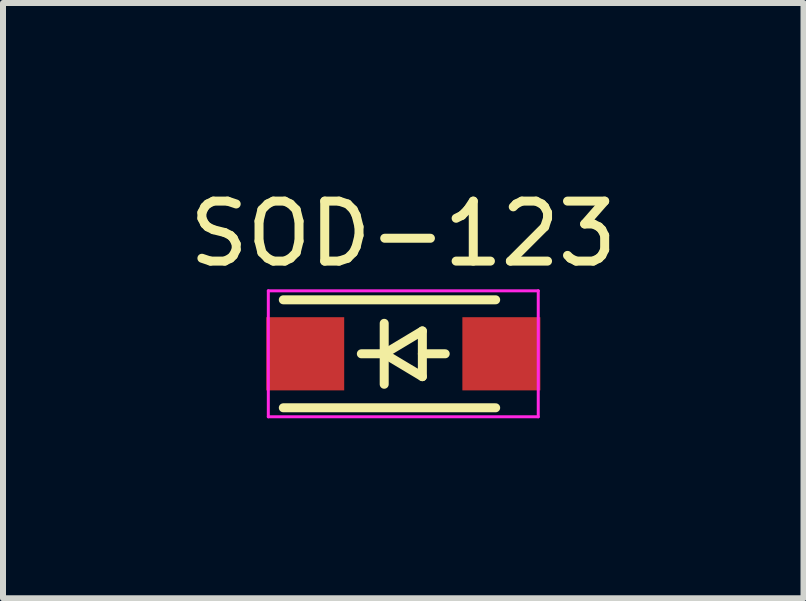
<source format=kicad_pcb>
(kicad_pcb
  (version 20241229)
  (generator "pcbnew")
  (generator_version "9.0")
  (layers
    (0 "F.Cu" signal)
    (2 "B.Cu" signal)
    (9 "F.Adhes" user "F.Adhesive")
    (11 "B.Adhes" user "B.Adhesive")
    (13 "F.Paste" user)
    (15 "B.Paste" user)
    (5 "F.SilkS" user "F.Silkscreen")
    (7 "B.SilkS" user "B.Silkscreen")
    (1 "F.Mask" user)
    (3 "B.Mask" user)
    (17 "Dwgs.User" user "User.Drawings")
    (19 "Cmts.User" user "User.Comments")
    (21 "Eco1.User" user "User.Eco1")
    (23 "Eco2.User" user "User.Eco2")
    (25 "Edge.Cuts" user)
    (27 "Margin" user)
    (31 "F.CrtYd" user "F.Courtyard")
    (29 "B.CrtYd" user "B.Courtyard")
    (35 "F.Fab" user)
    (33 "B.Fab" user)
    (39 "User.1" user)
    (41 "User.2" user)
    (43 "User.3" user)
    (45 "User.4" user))
  (footprint "SOD-123"
    (layer "F.Cu")
    (at 3.673 2.848)
    (property "Reference" "SOD-123" (at 0 -2 0) (layer "F.SilkS") (effects (font (size 1 1) (thickness 0.15))))
    (attr smd)
    (fp_line (start -2 -0.9) (end 1.54 -0.9) (stroke (width 0.15) (type solid)) (layer "F.SilkS"))
    (fp_line (start -2 0.9) (end 1.54 0.9) (stroke (width 0.15) (type solid)) (layer "F.SilkS"))
    (fp_line (start -0.699 0) (end -0.318 0) (stroke (width 0.15) (type solid)) (layer "F.SilkS"))
    (fp_line (start -0.318 -0.508) (end -0.318 0.508) (stroke (width 0.15) (type solid)) (layer "F.SilkS"))
    (fp_line (start -0.318 0) (end 0.318 -0.381) (stroke (width 0.15) (type solid)) (layer "F.SilkS"))
    (fp_line (start 0.318 -0.381) (end 0.318 0.381) (stroke (width 0.15) (type solid)) (layer "F.SilkS"))
    (fp_line (start 0.318 0) (end 0.699 0) (stroke (width 0.15) (type solid)) (layer "F.SilkS"))
    (fp_line (start 0.318 0.381) (end -0.318 0) (stroke (width 0.15) (type solid)) (layer "F.SilkS"))
    (fp_line (start -2.25 -1.05) (end -2.25 1.05) (stroke (width 0.05) (type solid)) (layer "F.CrtYd"))
    (fp_line (start -2.25 -1.05) (end 2.25 -1.05) (stroke (width 0.05) (type solid)) (layer "F.CrtYd"))
    (fp_line (start 2.25 -1.05) (end 2.25 1.05) (stroke (width 0.05) (type solid)) (layer "F.CrtYd"))
    (fp_line (start 2.25 1.05) (end -2.25 1.05) (stroke (width 0.05) (type solid)) (layer "F.CrtYd"))
    (pad "1" smd rect (at -1.635 0) (size 1.3 1.22) (layers "F.Cu" "F.Mask" "F.Paste"))
    (pad "2" smd rect (at 1.635 0) (size 1.3 1.22) (layers "F.Cu" "F.Mask" "F.Paste")))
  (gr_rect
    (start -3 -3)
    (end 10.345 6.923)
    (stroke (width 0.1) (type default))
    (fill no)
    (layer "Edge.Cuts")))
</source>
